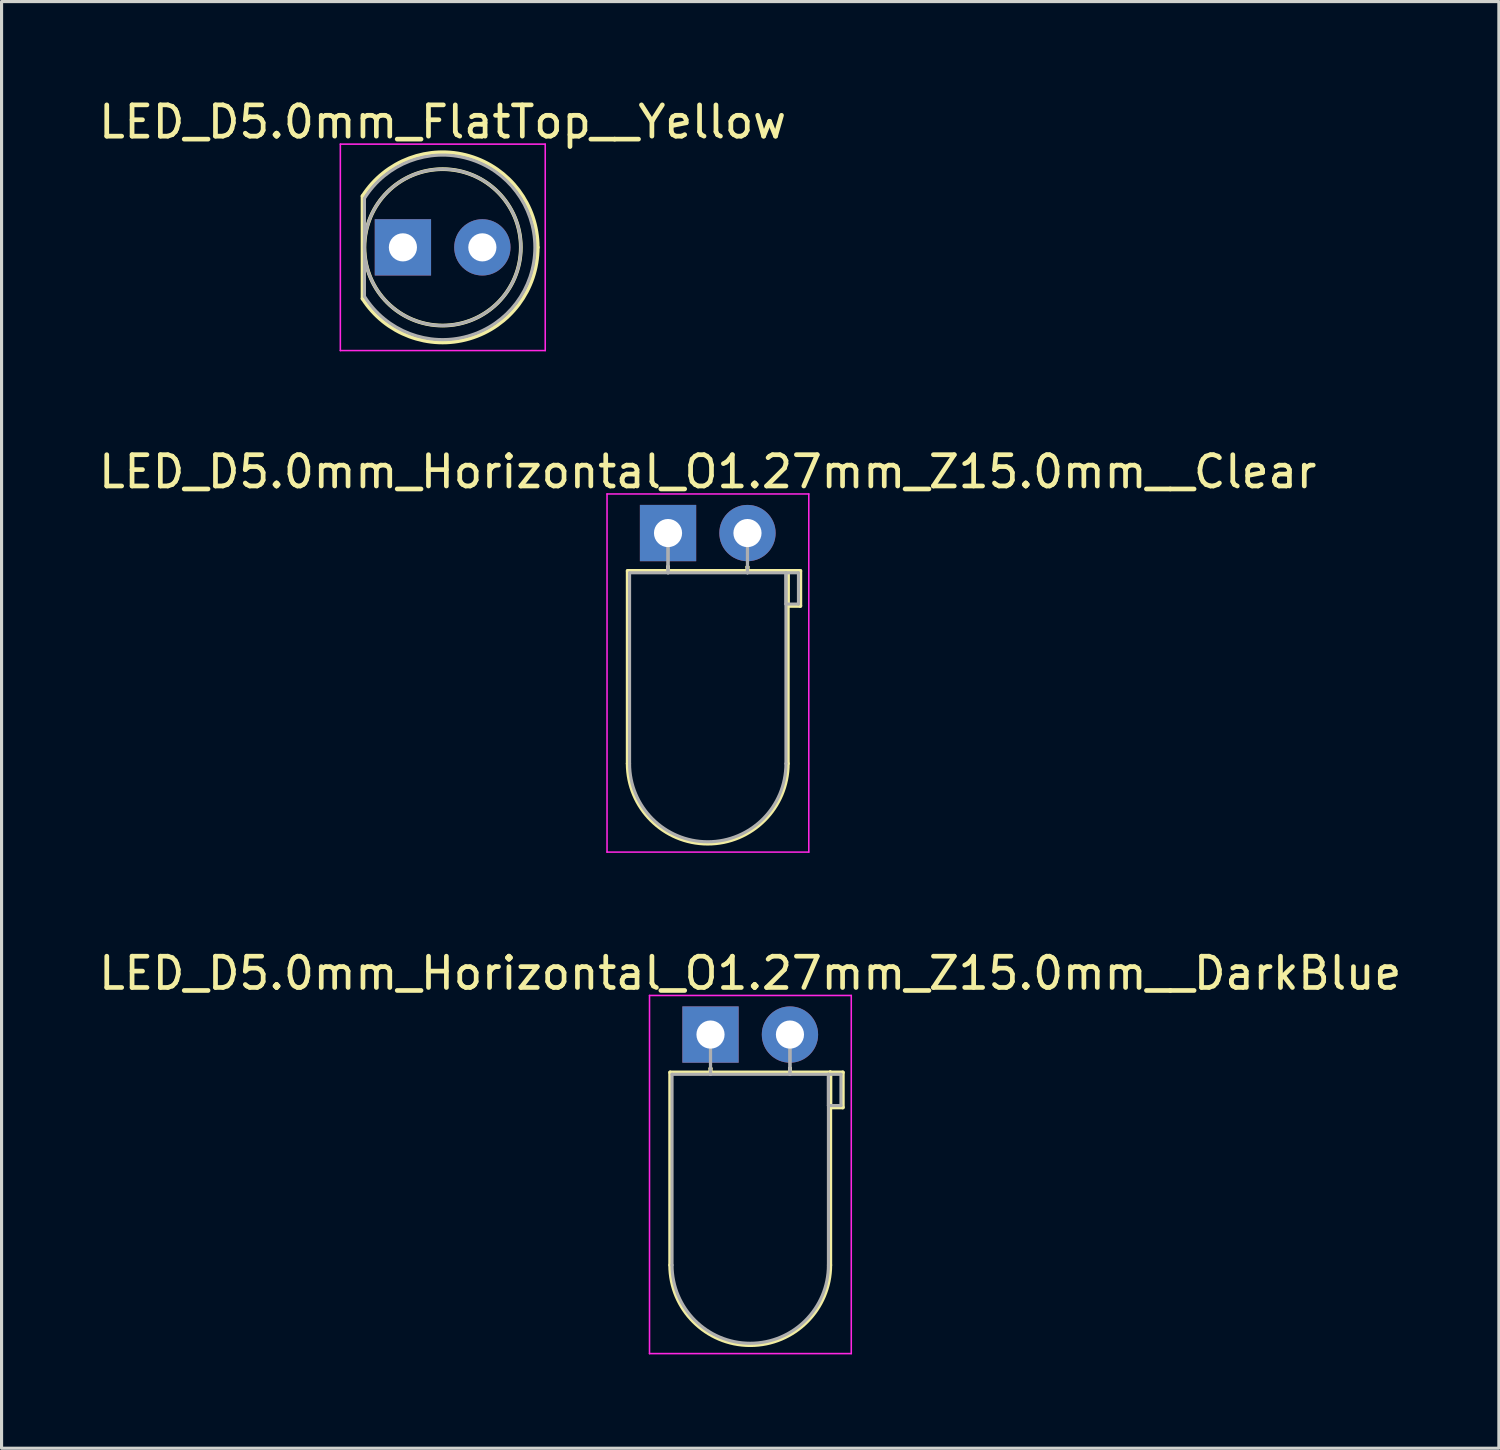
<source format=kicad_pcb>
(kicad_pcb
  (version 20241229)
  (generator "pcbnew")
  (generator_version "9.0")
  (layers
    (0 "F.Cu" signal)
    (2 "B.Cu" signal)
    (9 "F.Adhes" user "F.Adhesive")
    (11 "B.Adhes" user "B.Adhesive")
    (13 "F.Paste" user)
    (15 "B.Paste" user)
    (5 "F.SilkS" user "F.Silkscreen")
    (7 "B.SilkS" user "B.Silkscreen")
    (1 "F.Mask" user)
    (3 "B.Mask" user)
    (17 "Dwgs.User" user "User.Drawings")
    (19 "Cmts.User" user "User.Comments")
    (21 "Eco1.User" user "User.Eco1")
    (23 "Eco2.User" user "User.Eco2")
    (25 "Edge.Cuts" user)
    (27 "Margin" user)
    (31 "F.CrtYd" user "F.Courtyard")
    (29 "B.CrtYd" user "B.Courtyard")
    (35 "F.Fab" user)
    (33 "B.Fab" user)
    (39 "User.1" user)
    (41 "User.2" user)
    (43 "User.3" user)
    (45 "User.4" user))
  (footprint "LED_D5.0mm_FlatTop__Yellow"
    (layer "F.Cu")
    (at 9.831 4.858)
    (property "Reference" "LED_D5.0mm_FlatTop__Yellow" (at 1.27 -4.01 0) (layer "F.SilkS") (effects (font (size 1 1) (thickness 0.15))))
    (attr through_hole)
    (fp_line (start -1.29 -1.64) (end -1.29 1.64) (stroke (width 0.12) (type solid)) (layer "F.SilkS"))
    (fp_arc (start -1.29 -1.639512) (mid 2.125106 -2.917258) (end 4.309999 0.001958) (stroke (width 0.12) (type solid)) (layer "F.SilkS"))
    (fp_arc (start 4.309999 -0.001958) (mid 2.125106 2.917258) (end -1.29 1.639512) (stroke (width 0.12) (type solid)) (layer "F.SilkS"))
    (fp_circle (center 1.27 0) (end 3.77 0) (stroke (width 0.12) (type solid)) (fill no) (layer "F.SilkS"))
    (fp_line (start -2 -3.3) (end -2 3.3) (stroke (width 0.05) (type solid)) (layer "F.CrtYd"))
    (fp_line (start -2 3.3) (end 4.55 3.3) (stroke (width 0.05) (type solid)) (layer "F.CrtYd"))
    (fp_line (start 4.55 -3.3) (end -2 -3.3) (stroke (width 0.05) (type solid)) (layer "F.CrtYd"))
    (fp_line (start 4.55 3.3) (end 4.55 -3.3) (stroke (width 0.05) (type solid)) (layer "F.CrtYd"))
    (fp_line (start -1.23 -1.566) (end -1.23 1.566) (stroke (width 0.1) (type solid)) (layer "F.Fab"))
    (fp_arc (start -1.23 -1.566046) (mid 4.22 0.00071) (end -1.230753 1.564843) (stroke (width 0.1) (type solid)) (layer "F.Fab"))
    (fp_circle (center 1.27 0) (end 3.77 0) (stroke (width 0.1) (type solid)) (fill no) (layer "F.Fab"))
    (pad "1" thru_hole rect (at 0 0) (size 1.8 1.8) (drill 0.9) (layers "*.Cu" "*.Mask"))
    (pad "2" thru_hole circle (at 2.54 0) (size 1.8 1.8) (drill 0.9) (layers "*.Cu" "*.Mask")))
  (footprint "LED_D5.0mm_Horizontal_O1.27mm_Z15.0mm__Clear"
    (layer "F.Cu")
    (at 18.307 13.992)
    (property "Reference" "LED_D5.0mm_Horizontal_O1.27mm_Z15.0mm__Clear" (at 1.27 -1.96 0) (layer "F.SilkS") (effects (font (size 1 1) (thickness 0.15))))
    (attr through_hole)
    (fp_line (start -1.29 1.21) (end -1.29 7.37) (stroke (width 0.12) (type solid)) (layer "F.SilkS"))
    (fp_line (start -1.29 1.21) (end 3.83 1.21) (stroke (width 0.12) (type solid)) (layer "F.SilkS"))
    (fp_line (start 0 1.08) (end 0 1.08) (stroke (width 0.12) (type solid)) (layer "F.SilkS"))
    (fp_line (start 0 1.08) (end 0 1.21) (stroke (width 0.12) (type solid)) (layer "F.SilkS"))
    (fp_line (start 0 1.21) (end 0 1.08) (stroke (width 0.12) (type solid)) (layer "F.SilkS"))
    (fp_line (start 0 1.21) (end 0 1.21) (stroke (width 0.12) (type solid)) (layer "F.SilkS"))
    (fp_line (start 2.54 1.08) (end 2.54 1.08) (stroke (width 0.12) (type solid)) (layer "F.SilkS"))
    (fp_line (start 2.54 1.08) (end 2.54 1.21) (stroke (width 0.12) (type solid)) (layer "F.SilkS"))
    (fp_line (start 2.54 1.21) (end 2.54 1.08) (stroke (width 0.12) (type solid)) (layer "F.SilkS"))
    (fp_line (start 2.54 1.21) (end 2.54 1.21) (stroke (width 0.12) (type solid)) (layer "F.SilkS"))
    (fp_line (start 3.83 1.21) (end 3.83 7.37) (stroke (width 0.12) (type solid)) (layer "F.SilkS"))
    (fp_line (start 3.83 1.21) (end 4.23 1.21) (stroke (width 0.12) (type solid)) (layer "F.SilkS"))
    (fp_line (start 3.83 2.33) (end 3.83 1.21) (stroke (width 0.12) (type solid)) (layer "F.SilkS"))
    (fp_line (start 4.23 1.21) (end 4.23 2.33) (stroke (width 0.12) (type solid)) (layer "F.SilkS"))
    (fp_line (start 4.23 2.33) (end 3.83 2.33) (stroke (width 0.12) (type solid)) (layer "F.SilkS"))
    (fp_arc (start 3.83 7.37) (mid 1.27 9.93) (end -1.29 7.37) (stroke (width 0.12) (type solid)) (layer "F.SilkS"))
    (fp_line (start -1.95 -1.25) (end -1.95 10.2) (stroke (width 0.05) (type solid)) (layer "F.CrtYd"))
    (fp_line (start -1.95 10.2) (end 4.5 10.2) (stroke (width 0.05) (type solid)) (layer "F.CrtYd"))
    (fp_line (start 4.5 -1.25) (end -1.95 -1.25) (stroke (width 0.05) (type solid)) (layer "F.CrtYd"))
    (fp_line (start 4.5 10.2) (end 4.5 -1.25) (stroke (width 0.05) (type solid)) (layer "F.CrtYd"))
    (fp_line (start -1.23 1.27) (end -1.23 7.37) (stroke (width 0.1) (type solid)) (layer "F.Fab"))
    (fp_line (start -1.23 1.27) (end 3.77 1.27) (stroke (width 0.1) (type solid)) (layer "F.Fab"))
    (fp_line (start 0 0) (end 0 0) (stroke (width 0.1) (type solid)) (layer "F.Fab"))
    (fp_line (start 0 0) (end 0 1.27) (stroke (width 0.1) (type solid)) (layer "F.Fab"))
    (fp_line (start 0 1.27) (end 0 0) (stroke (width 0.1) (type solid)) (layer "F.Fab"))
    (fp_line (start 0 1.27) (end 0 1.27) (stroke (width 0.1) (type solid)) (layer "F.Fab"))
    (fp_line (start 2.54 0) (end 2.54 0) (stroke (width 0.1) (type solid)) (layer "F.Fab"))
    (fp_line (start 2.54 0) (end 2.54 1.27) (stroke (width 0.1) (type solid)) (layer "F.Fab"))
    (fp_line (start 2.54 1.27) (end 2.54 0) (stroke (width 0.1) (type solid)) (layer "F.Fab"))
    (fp_line (start 2.54 1.27) (end 2.54 1.27) (stroke (width 0.1) (type solid)) (layer "F.Fab"))
    (fp_line (start 3.77 1.27) (end 3.77 7.37) (stroke (width 0.1) (type solid)) (layer "F.Fab"))
    (fp_line (start 3.77 1.27) (end 4.17 1.27) (stroke (width 0.1) (type solid)) (layer "F.Fab"))
    (fp_line (start 3.77 2.27) (end 3.77 1.27) (stroke (width 0.1) (type solid)) (layer "F.Fab"))
    (fp_line (start 4.17 1.27) (end 4.17 2.27) (stroke (width 0.1) (type solid)) (layer "F.Fab"))
    (fp_line (start 4.17 2.27) (end 3.77 2.27) (stroke (width 0.1) (type solid)) (layer "F.Fab"))
    (fp_arc (start 3.77 7.37) (mid 1.27 9.87) (end -1.23 7.37) (stroke (width 0.1) (type solid)) (layer "F.Fab"))
    (pad "1" thru_hole rect (at 0 0) (size 1.8 1.8) (drill 0.9) (layers "*.Cu" "*.Mask"))
    (pad "2" thru_hole circle (at 2.54 0) (size 1.8 1.8) (drill 0.9) (layers "*.Cu" "*.Mask")))
  (footprint "LED_D5.0mm_Horizontal_O1.27mm_Z15.0mm__DarkBlue"
    (layer "F.Cu")
    (at 19.665 30.025)
    (property "Reference" "LED_D5.0mm_Horizontal_O1.27mm_Z15.0mm__DarkBlue" (at 1.27 -1.96 0) (layer "F.SilkS") (effects (font (size 1 1) (thickness 0.15))))
    (attr through_hole)
    (fp_line (start -1.29 1.21) (end -1.29 7.37) (stroke (width 0.12) (type solid)) (layer "F.SilkS"))
    (fp_line (start -1.29 1.21) (end 3.83 1.21) (stroke (width 0.12) (type solid)) (layer "F.SilkS"))
    (fp_line (start 0 1.08) (end 0 1.08) (stroke (width 0.12) (type solid)) (layer "F.SilkS"))
    (fp_line (start 0 1.08) (end 0 1.21) (stroke (width 0.12) (type solid)) (layer "F.SilkS"))
    (fp_line (start 0 1.21) (end 0 1.08) (stroke (width 0.12) (type solid)) (layer "F.SilkS"))
    (fp_line (start 0 1.21) (end 0 1.21) (stroke (width 0.12) (type solid)) (layer "F.SilkS"))
    (fp_line (start 2.54 1.08) (end 2.54 1.08) (stroke (width 0.12) (type solid)) (layer "F.SilkS"))
    (fp_line (start 2.54 1.08) (end 2.54 1.21) (stroke (width 0.12) (type solid)) (layer "F.SilkS"))
    (fp_line (start 2.54 1.21) (end 2.54 1.08) (stroke (width 0.12) (type solid)) (layer "F.SilkS"))
    (fp_line (start 2.54 1.21) (end 2.54 1.21) (stroke (width 0.12) (type solid)) (layer "F.SilkS"))
    (fp_line (start 3.83 1.21) (end 3.83 7.37) (stroke (width 0.12) (type solid)) (layer "F.SilkS"))
    (fp_line (start 3.83 1.21) (end 4.23 1.21) (stroke (width 0.12) (type solid)) (layer "F.SilkS"))
    (fp_line (start 3.83 2.33) (end 3.83 1.21) (stroke (width 0.12) (type solid)) (layer "F.SilkS"))
    (fp_line (start 4.23 1.21) (end 4.23 2.33) (stroke (width 0.12) (type solid)) (layer "F.SilkS"))
    (fp_line (start 4.23 2.33) (end 3.83 2.33) (stroke (width 0.12) (type solid)) (layer "F.SilkS"))
    (fp_arc (start 3.83 7.37) (mid 1.27 9.93) (end -1.29 7.37) (stroke (width 0.12) (type solid)) (layer "F.SilkS"))
    (fp_line (start -1.95 -1.25) (end -1.95 10.2) (stroke (width 0.05) (type solid)) (layer "F.CrtYd"))
    (fp_line (start -1.95 10.2) (end 4.5 10.2) (stroke (width 0.05) (type solid)) (layer "F.CrtYd"))
    (fp_line (start 4.5 -1.25) (end -1.95 -1.25) (stroke (width 0.05) (type solid)) (layer "F.CrtYd"))
    (fp_line (start 4.5 10.2) (end 4.5 -1.25) (stroke (width 0.05) (type solid)) (layer "F.CrtYd"))
    (fp_line (start -1.23 1.27) (end -1.23 7.37) (stroke (width 0.1) (type solid)) (layer "F.Fab"))
    (fp_line (start -1.23 1.27) (end 3.77 1.27) (stroke (width 0.1) (type solid)) (layer "F.Fab"))
    (fp_line (start 0 0) (end 0 0) (stroke (width 0.1) (type solid)) (layer "F.Fab"))
    (fp_line (start 0 0) (end 0 1.27) (stroke (width 0.1) (type solid)) (layer "F.Fab"))
    (fp_line (start 0 1.27) (end 0 0) (stroke (width 0.1) (type solid)) (layer "F.Fab"))
    (fp_line (start 0 1.27) (end 0 1.27) (stroke (width 0.1) (type solid)) (layer "F.Fab"))
    (fp_line (start 2.54 0) (end 2.54 0) (stroke (width 0.1) (type solid)) (layer "F.Fab"))
    (fp_line (start 2.54 0) (end 2.54 1.27) (stroke (width 0.1) (type solid)) (layer "F.Fab"))
    (fp_line (start 2.54 1.27) (end 2.54 0) (stroke (width 0.1) (type solid)) (layer "F.Fab"))
    (fp_line (start 2.54 1.27) (end 2.54 1.27) (stroke (width 0.1) (type solid)) (layer "F.Fab"))
    (fp_line (start 3.77 1.27) (end 3.77 7.37) (stroke (width 0.1) (type solid)) (layer "F.Fab"))
    (fp_line (start 3.77 1.27) (end 4.17 1.27) (stroke (width 0.1) (type solid)) (layer "F.Fab"))
    (fp_line (start 3.77 2.27) (end 3.77 1.27) (stroke (width 0.1) (type solid)) (layer "F.Fab"))
    (fp_line (start 4.17 1.27) (end 4.17 2.27) (stroke (width 0.1) (type solid)) (layer "F.Fab"))
    (fp_line (start 4.17 2.27) (end 3.77 2.27) (stroke (width 0.1) (type solid)) (layer "F.Fab"))
    (fp_arc (start 3.77 7.37) (mid 1.27 9.87) (end -1.23 7.37) (stroke (width 0.1) (type solid)) (layer "F.Fab"))
    (pad "1" thru_hole rect (at 0 0) (size 1.8 1.8) (drill 0.9) (layers "*.Cu" "*.Mask"))
    (pad "2" thru_hole circle (at 2.54 0) (size 1.8 1.8) (drill 0.9) (layers "*.Cu" "*.Mask")))
  (gr_rect
    (start -3 -3)
    (end 44.869 43.25)
    (stroke (width 0.1) (type default))
    (fill no)
    (layer "Edge.Cuts")))
</source>
